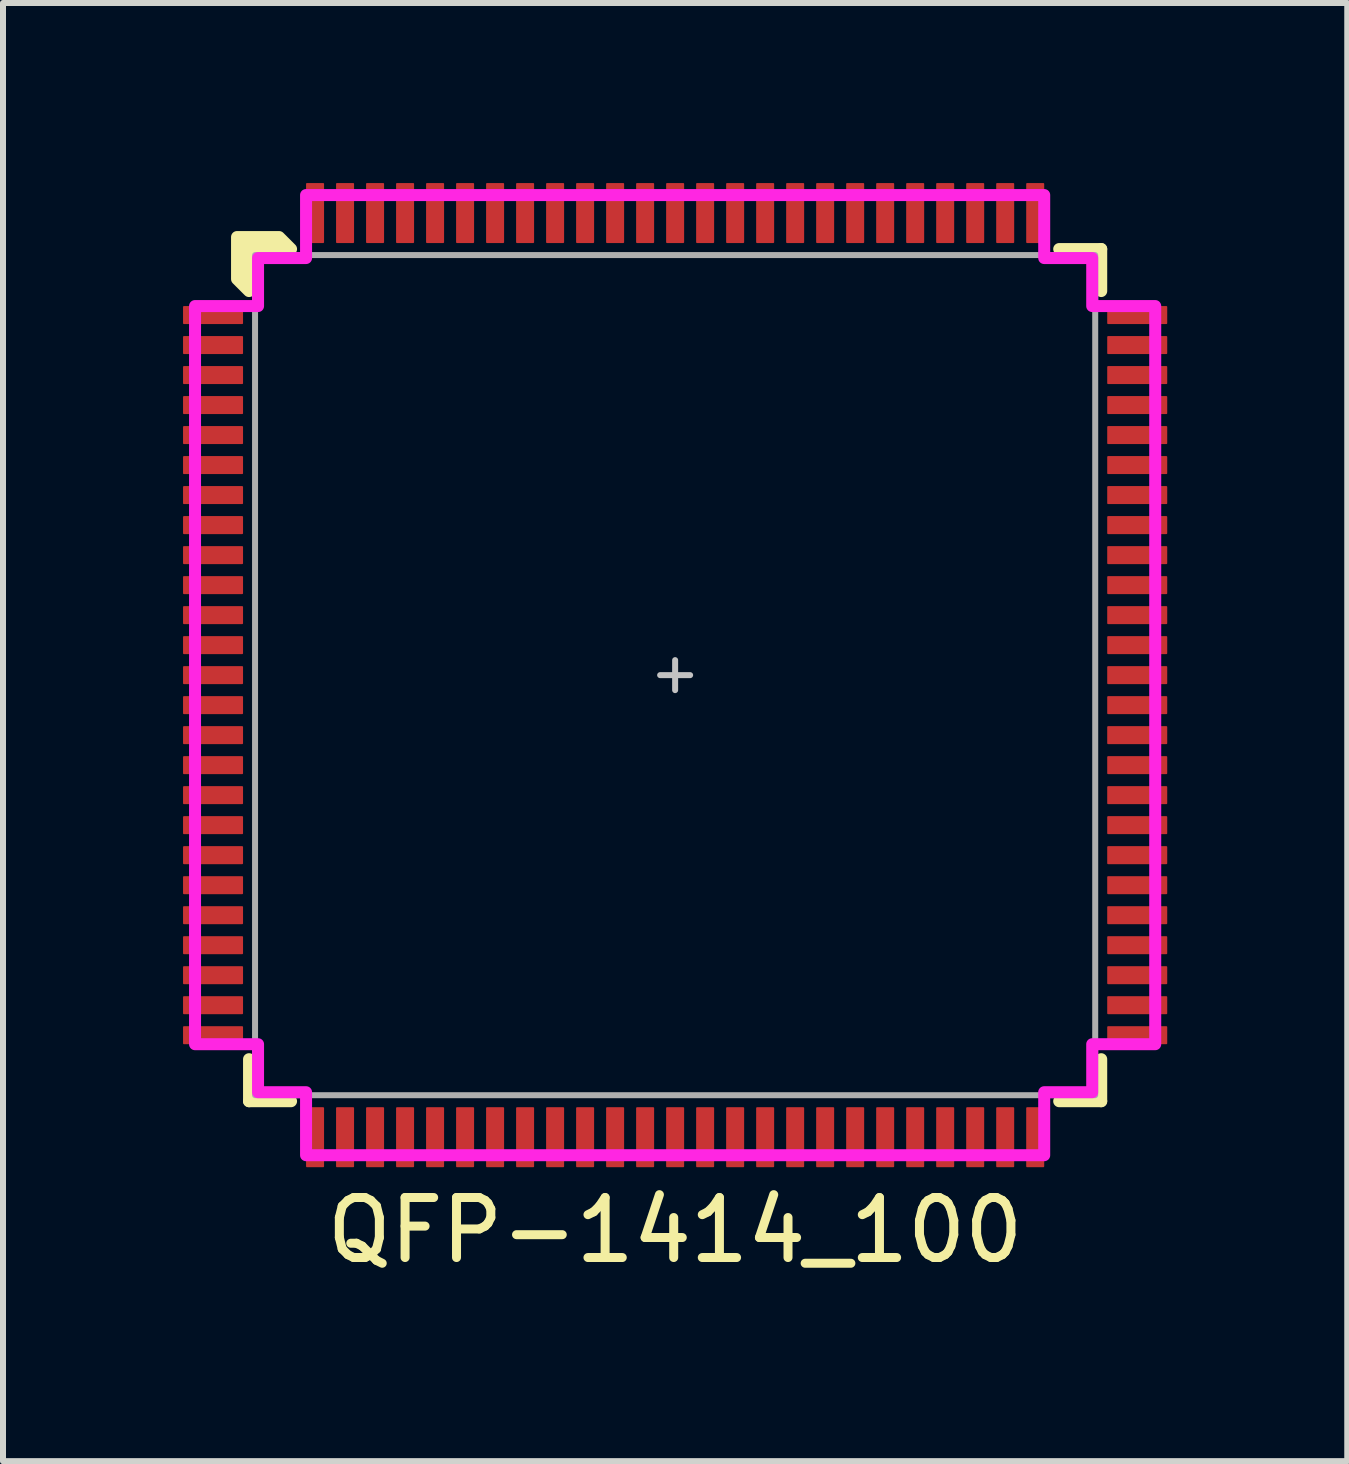
<source format=kicad_pcb>
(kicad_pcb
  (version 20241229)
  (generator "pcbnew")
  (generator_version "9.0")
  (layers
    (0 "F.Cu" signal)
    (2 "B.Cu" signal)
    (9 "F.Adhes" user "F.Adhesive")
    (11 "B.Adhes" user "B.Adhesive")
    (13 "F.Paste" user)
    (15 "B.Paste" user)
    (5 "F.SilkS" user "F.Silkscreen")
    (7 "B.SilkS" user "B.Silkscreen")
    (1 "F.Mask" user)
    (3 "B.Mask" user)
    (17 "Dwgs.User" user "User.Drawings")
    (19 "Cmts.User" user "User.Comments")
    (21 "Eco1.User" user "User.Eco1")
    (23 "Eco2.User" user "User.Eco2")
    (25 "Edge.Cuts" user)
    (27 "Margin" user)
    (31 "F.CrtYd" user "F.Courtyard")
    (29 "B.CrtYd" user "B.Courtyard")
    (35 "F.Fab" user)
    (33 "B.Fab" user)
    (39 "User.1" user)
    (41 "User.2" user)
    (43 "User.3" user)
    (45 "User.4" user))
  (footprint "QFP-1414_100"
    (layer "F.Cu")
    (at 8.2 8.2)
    (property "Reference" "QFP-1414_100" (at 0 9.25 0) (layer "F.SilkS") (effects (font (size 1 1) (thickness 0.15))))
    (attr smd)
    (fp_line (start -7.1 7.1) (end -7.1 6.4) (stroke (width 0.2) (type solid)) (layer "F.SilkS"))
    (fp_line (start -6.4 7.1) (end -7.1 7.1) (stroke (width 0.2) (type solid)) (layer "F.SilkS"))
    (fp_line (start 6.4 -7.1) (end 7.1 -7.1) (stroke (width 0.2) (type solid)) (layer "F.SilkS"))
    (fp_line (start 7.1 -7.1) (end 7.1 -6.4) (stroke (width 0.2) (type solid)) (layer "F.SilkS"))
    (fp_line (start 7.1 6.4) (end 7.1 7.1) (stroke (width 0.2) (type solid)) (layer "F.SilkS"))
    (fp_line (start 7.1 7.1) (end 6.4 7.1) (stroke (width 0.2) (type solid)) (layer "F.SilkS"))
    (fp_poly (pts (xy -6.4 -7.1) (xy -7.1 -7.1) (xy -7.1 -6.4) (xy -7.3 -6.6) (xy -7.3 -7.3) (xy -6.6 -7.3)) (stroke (width 0.2) (type solid)) (fill yes) (layer "F.SilkS"))
    (fp_line (start -0.25 0) (end 0.25 0) (stroke (width 0.1) (type solid)) (layer "Dwgs.User"))
    (fp_line (start 0 -0.25) (end 0 0.25) (stroke (width 0.1) (type solid)) (layer "Dwgs.User"))
    (fp_poly (pts (xy 6.15 -6.95) (xy 6.95 -6.95) (xy 6.95 -6.15) (xy 8 -6.15) (xy 8 6.15) (xy 6.95 6.15) (xy 6.95 6.95) (xy 6.15 6.95) (xy 6.15 8) (xy -6.15 8) (xy -6.15 6.95) (xy -6.95 6.95) (xy -6.95 6.15) (xy -8 6.15) (xy -8 -6.15) (xy -6.95 -6.15) (xy -6.95 -6.95) (xy -6.15 -6.95) (xy -6.15 -8) (xy 6.15 -8)) (stroke (width 0.2) (type solid)) (fill no) (layer "F.CrtYd"))
    (fp_rect (start -7 -7) (end 7 7) (stroke (width 0.1) (type solid)) (fill no) (layer "F.Fab"))
    (pad "1" smd roundrect (at -7.7 -6) (size 1 0.3) (layers "F.Cu" "F.Mask" "F.Paste") (roundrect_rratio 0.05))
    (pad "2" smd roundrect (at -7.7 -5.5) (size 1 0.3) (layers "F.Cu" "F.Mask" "F.Paste") (roundrect_rratio 0.05))
    (pad "3" smd roundrect (at -7.7 -5) (size 1 0.3) (layers "F.Cu" "F.Mask" "F.Paste") (roundrect_rratio 0.05))
    (pad "4" smd roundrect (at -7.7 -4.5) (size 1 0.3) (layers "F.Cu" "F.Mask" "F.Paste") (roundrect_rratio 0.05))
    (pad "5" smd roundrect (at -7.7 -4) (size 1 0.3) (layers "F.Cu" "F.Mask" "F.Paste") (roundrect_rratio 0.05))
    (pad "6" smd roundrect (at -7.7 -3.5) (size 1 0.3) (layers "F.Cu" "F.Mask" "F.Paste") (roundrect_rratio 0.05))
    (pad "7" smd roundrect (at -7.7 -3) (size 1 0.3) (layers "F.Cu" "F.Mask" "F.Paste") (roundrect_rratio 0.05))
    (pad "8" smd roundrect (at -7.7 -2.5) (size 1 0.3) (layers "F.Cu" "F.Mask" "F.Paste") (roundrect_rratio 0.05))
    (pad "9" smd roundrect (at -7.7 -2) (size 1 0.3) (layers "F.Cu" "F.Mask" "F.Paste") (roundrect_rratio 0.05))
    (pad "10" smd roundrect (at -7.7 -1.5) (size 1 0.3) (layers "F.Cu" "F.Mask" "F.Paste") (roundrect_rratio 0.05))
    (pad "11" smd roundrect (at -7.7 -1) (size 1 0.3) (layers "F.Cu" "F.Mask" "F.Paste") (roundrect_rratio 0.05))
    (pad "12" smd roundrect (at -7.7 -0.5) (size 1 0.3) (layers "F.Cu" "F.Mask" "F.Paste") (roundrect_rratio 0.05))
    (pad "13" smd roundrect (at -7.7 0) (size 1 0.3) (layers "F.Cu" "F.Mask" "F.Paste") (roundrect_rratio 0.05))
    (pad "14" smd roundrect (at -7.7 0.5) (size 1 0.3) (layers "F.Cu" "F.Mask" "F.Paste") (roundrect_rratio 0.05))
    (pad "15" smd roundrect (at -7.7 1) (size 1 0.3) (layers "F.Cu" "F.Mask" "F.Paste") (roundrect_rratio 0.05))
    (pad "16" smd roundrect (at -7.7 1.5) (size 1 0.3) (layers "F.Cu" "F.Mask" "F.Paste") (roundrect_rratio 0.05))
    (pad "17" smd roundrect (at -7.7 2) (size 1 0.3) (layers "F.Cu" "F.Mask" "F.Paste") (roundrect_rratio 0.05))
    (pad "18" smd roundrect (at -7.7 2.5) (size 1 0.3) (layers "F.Cu" "F.Mask" "F.Paste") (roundrect_rratio 0.05))
    (pad "19" smd roundrect (at -7.7 3) (size 1 0.3) (layers "F.Cu" "F.Mask" "F.Paste") (roundrect_rratio 0.05))
    (pad "20" smd roundrect (at -7.7 3.5) (size 1 0.3) (layers "F.Cu" "F.Mask" "F.Paste") (roundrect_rratio 0.05))
    (pad "21" smd roundrect (at -7.7 4) (size 1 0.3) (layers "F.Cu" "F.Mask" "F.Paste") (roundrect_rratio 0.05))
    (pad "22" smd roundrect (at -7.7 4.5) (size 1 0.3) (layers "F.Cu" "F.Mask" "F.Paste") (roundrect_rratio 0.05))
    (pad "23" smd roundrect (at -7.7 5) (size 1 0.3) (layers "F.Cu" "F.Mask" "F.Paste") (roundrect_rratio 0.05))
    (pad "24" smd roundrect (at -7.7 5.5) (size 1 0.3) (layers "F.Cu" "F.Mask" "F.Paste") (roundrect_rratio 0.05))
    (pad "25" smd roundrect (at -7.7 6) (size 1 0.3) (layers "F.Cu" "F.Mask" "F.Paste") (roundrect_rratio 0.05))
    (pad "26" smd roundrect (at -6 7.7 90) (size 1 0.3) (layers "F.Cu" "F.Mask" "F.Paste") (roundrect_rratio 0.05))
    (pad "27" smd roundrect (at -5.5 7.7 90) (size 1 0.3) (layers "F.Cu" "F.Mask" "F.Paste") (roundrect_rratio 0.05))
    (pad "28" smd roundrect (at -5 7.7 90) (size 1 0.3) (layers "F.Cu" "F.Mask" "F.Paste") (roundrect_rratio 0.05))
    (pad "29" smd roundrect (at -4.5 7.7 90) (size 1 0.3) (layers "F.Cu" "F.Mask" "F.Paste") (roundrect_rratio 0.05))
    (pad "30" smd roundrect (at -4 7.7 90) (size 1 0.3) (layers "F.Cu" "F.Mask" "F.Paste") (roundrect_rratio 0.05))
    (pad "31" smd roundrect (at -3.5 7.7 90) (size 1 0.3) (layers "F.Cu" "F.Mask" "F.Paste") (roundrect_rratio 0.05))
    (pad "32" smd roundrect (at -3 7.7 90) (size 1 0.3) (layers "F.Cu" "F.Mask" "F.Paste") (roundrect_rratio 0.05))
    (pad "33" smd roundrect (at -2.5 7.7 90) (size 1 0.3) (layers "F.Cu" "F.Mask" "F.Paste") (roundrect_rratio 0.05))
    (pad "34" smd roundrect (at -2 7.7 90) (size 1 0.3) (layers "F.Cu" "F.Mask" "F.Paste") (roundrect_rratio 0.05))
    (pad "35" smd roundrect (at -1.5 7.7 90) (size 1 0.3) (layers "F.Cu" "F.Mask" "F.Paste") (roundrect_rratio 0.05))
    (pad "36" smd roundrect (at -1 7.7 90) (size 1 0.3) (layers "F.Cu" "F.Mask" "F.Paste") (roundrect_rratio 0.05))
    (pad "37" smd roundrect (at -0.5 7.7 90) (size 1 0.3) (layers "F.Cu" "F.Mask" "F.Paste") (roundrect_rratio 0.05))
    (pad "38" smd roundrect (at 0 7.7 90) (size 1 0.3) (layers "F.Cu" "F.Mask" "F.Paste") (roundrect_rratio 0.05))
    (pad "39" smd roundrect (at 0.5 7.7 90) (size 1 0.3) (layers "F.Cu" "F.Mask" "F.Paste") (roundrect_rratio 0.05))
    (pad "40" smd roundrect (at 1 7.7 90) (size 1 0.3) (layers "F.Cu" "F.Mask" "F.Paste") (roundrect_rratio 0.05))
    (pad "41" smd roundrect (at 1.5 7.7 90) (size 1 0.3) (layers "F.Cu" "F.Mask" "F.Paste") (roundrect_rratio 0.05))
    (pad "42" smd roundrect (at 2 7.7 90) (size 1 0.3) (layers "F.Cu" "F.Mask" "F.Paste") (roundrect_rratio 0.05))
    (pad "43" smd roundrect (at 2.5 7.7 90) (size 1 0.3) (layers "F.Cu" "F.Mask" "F.Paste") (roundrect_rratio 0.05))
    (pad "44" smd roundrect (at 3 7.7 90) (size 1 0.3) (layers "F.Cu" "F.Mask" "F.Paste") (roundrect_rratio 0.05))
    (pad "45" smd roundrect (at 3.5 7.7 90) (size 1 0.3) (layers "F.Cu" "F.Mask" "F.Paste") (roundrect_rratio 0.05))
    (pad "46" smd roundrect (at 4 7.7 90) (size 1 0.3) (layers "F.Cu" "F.Mask" "F.Paste") (roundrect_rratio 0.05))
    (pad "47" smd roundrect (at 4.5 7.7 90) (size 1 0.3) (layers "F.Cu" "F.Mask" "F.Paste") (roundrect_rratio 0.05))
    (pad "48" smd roundrect (at 5 7.7 90) (size 1 0.3) (layers "F.Cu" "F.Mask" "F.Paste") (roundrect_rratio 0.05))
    (pad "49" smd roundrect (at 5.5 7.7 90) (size 1 0.3) (layers "F.Cu" "F.Mask" "F.Paste") (roundrect_rratio 0.05))
    (pad "50" smd roundrect (at 6 7.7 90) (size 1 0.3) (layers "F.Cu" "F.Mask" "F.Paste") (roundrect_rratio 0.05))
    (pad "51" smd roundrect (at 7.7 6) (size 1 0.3) (layers "F.Cu" "F.Mask" "F.Paste") (roundrect_rratio 0.05))
    (pad "52" smd roundrect (at 7.7 5.5) (size 1 0.3) (layers "F.Cu" "F.Mask" "F.Paste") (roundrect_rratio 0.05))
    (pad "53" smd roundrect (at 7.7 5) (size 1 0.3) (layers "F.Cu" "F.Mask" "F.Paste") (roundrect_rratio 0.05))
    (pad "54" smd roundrect (at 7.7 4.5) (size 1 0.3) (layers "F.Cu" "F.Mask" "F.Paste") (roundrect_rratio 0.05))
    (pad "55" smd roundrect (at 7.7 4) (size 1 0.3) (layers "F.Cu" "F.Mask" "F.Paste") (roundrect_rratio 0.05))
    (pad "56" smd roundrect (at 7.7 3.5) (size 1 0.3) (layers "F.Cu" "F.Mask" "F.Paste") (roundrect_rratio 0.05))
    (pad "57" smd roundrect (at 7.7 3) (size 1 0.3) (layers "F.Cu" "F.Mask" "F.Paste") (roundrect_rratio 0.05))
    (pad "58" smd roundrect (at 7.7 2.5) (size 1 0.3) (layers "F.Cu" "F.Mask" "F.Paste") (roundrect_rratio 0.05))
    (pad "59" smd roundrect (at 7.7 2) (size 1 0.3) (layers "F.Cu" "F.Mask" "F.Paste") (roundrect_rratio 0.05))
    (pad "60" smd roundrect (at 7.7 1.5) (size 1 0.3) (layers "F.Cu" "F.Mask" "F.Paste") (roundrect_rratio 0.05))
    (pad "61" smd roundrect (at 7.7 1) (size 1 0.3) (layers "F.Cu" "F.Mask" "F.Paste") (roundrect_rratio 0.05))
    (pad "62" smd roundrect (at 7.7 0.5) (size 1 0.3) (layers "F.Cu" "F.Mask" "F.Paste") (roundrect_rratio 0.05))
    (pad "63" smd roundrect (at 7.7 0) (size 1 0.3) (layers "F.Cu" "F.Mask" "F.Paste") (roundrect_rratio 0.05))
    (pad "64" smd roundrect (at 7.7 -0.5) (size 1 0.3) (layers "F.Cu" "F.Mask" "F.Paste") (roundrect_rratio 0.05))
    (pad "65" smd roundrect (at 7.7 -1) (size 1 0.3) (layers "F.Cu" "F.Mask" "F.Paste") (roundrect_rratio 0.05))
    (pad "66" smd roundrect (at 7.7 -1.5) (size 1 0.3) (layers "F.Cu" "F.Mask" "F.Paste") (roundrect_rratio 0.05))
    (pad "67" smd roundrect (at 7.7 -2) (size 1 0.3) (layers "F.Cu" "F.Mask" "F.Paste") (roundrect_rratio 0.05))
    (pad "68" smd roundrect (at 7.7 -2.5) (size 1 0.3) (layers "F.Cu" "F.Mask" "F.Paste") (roundrect_rratio 0.05))
    (pad "69" smd roundrect (at 7.7 -3) (size 1 0.3) (layers "F.Cu" "F.Mask" "F.Paste") (roundrect_rratio 0.05))
    (pad "70" smd roundrect (at 7.7 -3.5) (size 1 0.3) (layers "F.Cu" "F.Mask" "F.Paste") (roundrect_rratio 0.05))
    (pad "71" smd roundrect (at 7.7 -4) (size 1 0.3) (layers "F.Cu" "F.Mask" "F.Paste") (roundrect_rratio 0.05))
    (pad "72" smd roundrect (at 7.7 -4.5) (size 1 0.3) (layers "F.Cu" "F.Mask" "F.Paste") (roundrect_rratio 0.05))
    (pad "73" smd roundrect (at 7.7 -5) (size 1 0.3) (layers "F.Cu" "F.Mask" "F.Paste") (roundrect_rratio 0.05))
    (pad "74" smd roundrect (at 7.7 -5.5) (size 1 0.3) (layers "F.Cu" "F.Mask" "F.Paste") (roundrect_rratio 0.05))
    (pad "75" smd roundrect (at 7.7 -6) (size 1 0.3) (layers "F.Cu" "F.Mask" "F.Paste") (roundrect_rratio 0.05))
    (pad "76" smd roundrect (at 6 -7.7 90) (size 1 0.3) (layers "F.Cu" "F.Mask" "F.Paste") (roundrect_rratio 0.05))
    (pad "77" smd roundrect (at 5.5 -7.7 90) (size 1 0.3) (layers "F.Cu" "F.Mask" "F.Paste") (roundrect_rratio 0.05))
    (pad "78" smd roundrect (at 5 -7.7 90) (size 1 0.3) (layers "F.Cu" "F.Mask" "F.Paste") (roundrect_rratio 0.05))
    (pad "79" smd roundrect (at 4.5 -7.7 90) (size 1 0.3) (layers "F.Cu" "F.Mask" "F.Paste") (roundrect_rratio 0.05))
    (pad "80" smd roundrect (at 4 -7.7 90) (size 1 0.3) (layers "F.Cu" "F.Mask" "F.Paste") (roundrect_rratio 0.05))
    (pad "81" smd roundrect (at 3.5 -7.7 90) (size 1 0.3) (layers "F.Cu" "F.Mask" "F.Paste") (roundrect_rratio 0.05))
    (pad "82" smd roundrect (at 3 -7.7 90) (size 1 0.3) (layers "F.Cu" "F.Mask" "F.Paste") (roundrect_rratio 0.05))
    (pad "83" smd roundrect (at 2.5 -7.7 90) (size 1 0.3) (layers "F.Cu" "F.Mask" "F.Paste") (roundrect_rratio 0.05))
    (pad "84" smd roundrect (at 2 -7.7 90) (size 1 0.3) (layers "F.Cu" "F.Mask" "F.Paste") (roundrect_rratio 0.05))
    (pad "85" smd roundrect (at 1.5 -7.7 90) (size 1 0.3) (layers "F.Cu" "F.Mask" "F.Paste") (roundrect_rratio 0.05))
    (pad "86" smd roundrect (at 1 -7.7 90) (size 1 0.3) (layers "F.Cu" "F.Mask" "F.Paste") (roundrect_rratio 0.05))
    (pad "87" smd roundrect (at 0.5 -7.7 90) (size 1 0.3) (layers "F.Cu" "F.Mask" "F.Paste") (roundrect_rratio 0.05))
    (pad "88" smd roundrect (at 0 -7.7 90) (size 1 0.3) (layers "F.Cu" "F.Mask" "F.Paste") (roundrect_rratio 0.05))
    (pad "89" smd roundrect (at -0.5 -7.7 90) (size 1 0.3) (layers "F.Cu" "F.Mask" "F.Paste") (roundrect_rratio 0.05))
    (pad "90" smd roundrect (at -1 -7.7 90) (size 1 0.3) (layers "F.Cu" "F.Mask" "F.Paste") (roundrect_rratio 0.05))
    (pad "91" smd roundrect (at -1.5 -7.7 90) (size 1 0.3) (layers "F.Cu" "F.Mask" "F.Paste") (roundrect_rratio 0.05))
    (pad "92" smd roundrect (at -2 -7.7 90) (size 1 0.3) (layers "F.Cu" "F.Mask" "F.Paste") (roundrect_rratio 0.05))
    (pad "93" smd roundrect (at -2.5 -7.7 90) (size 1 0.3) (layers "F.Cu" "F.Mask" "F.Paste") (roundrect_rratio 0.05))
    (pad "94" smd roundrect (at -3 -7.7 90) (size 1 0.3) (layers "F.Cu" "F.Mask" "F.Paste") (roundrect_rratio 0.05))
    (pad "95" smd roundrect (at -3.5 -7.7 90) (size 1 0.3) (layers "F.Cu" "F.Mask" "F.Paste") (roundrect_rratio 0.05))
    (pad "96" smd roundrect (at -4 -7.7 90) (size 1 0.3) (layers "F.Cu" "F.Mask" "F.Paste") (roundrect_rratio 0.05))
    (pad "97" smd roundrect (at -4.5 -7.7 90) (size 1 0.3) (layers "F.Cu" "F.Mask" "F.Paste") (roundrect_rratio 0.05))
    (pad "98" smd roundrect (at -5 -7.7 90) (size 1 0.3) (layers "F.Cu" "F.Mask" "F.Paste") (roundrect_rratio 0.05))
    (pad "99" smd roundrect (at -5.5 -7.7 90) (size 1 0.3) (layers "F.Cu" "F.Mask" "F.Paste") (roundrect_rratio 0.05))
    (pad "100" smd roundrect (at -6 -7.7 90) (size 1 0.3) (layers "F.Cu" "F.Mask" "F.Paste") (roundrect_rratio 0.05)))
  (gr_rect
    (start -3 -3)
    (end 19.4 21.298)
    (stroke (width 0.1) (type default))
    (fill no)
    (layer "Edge.Cuts")))
</source>
